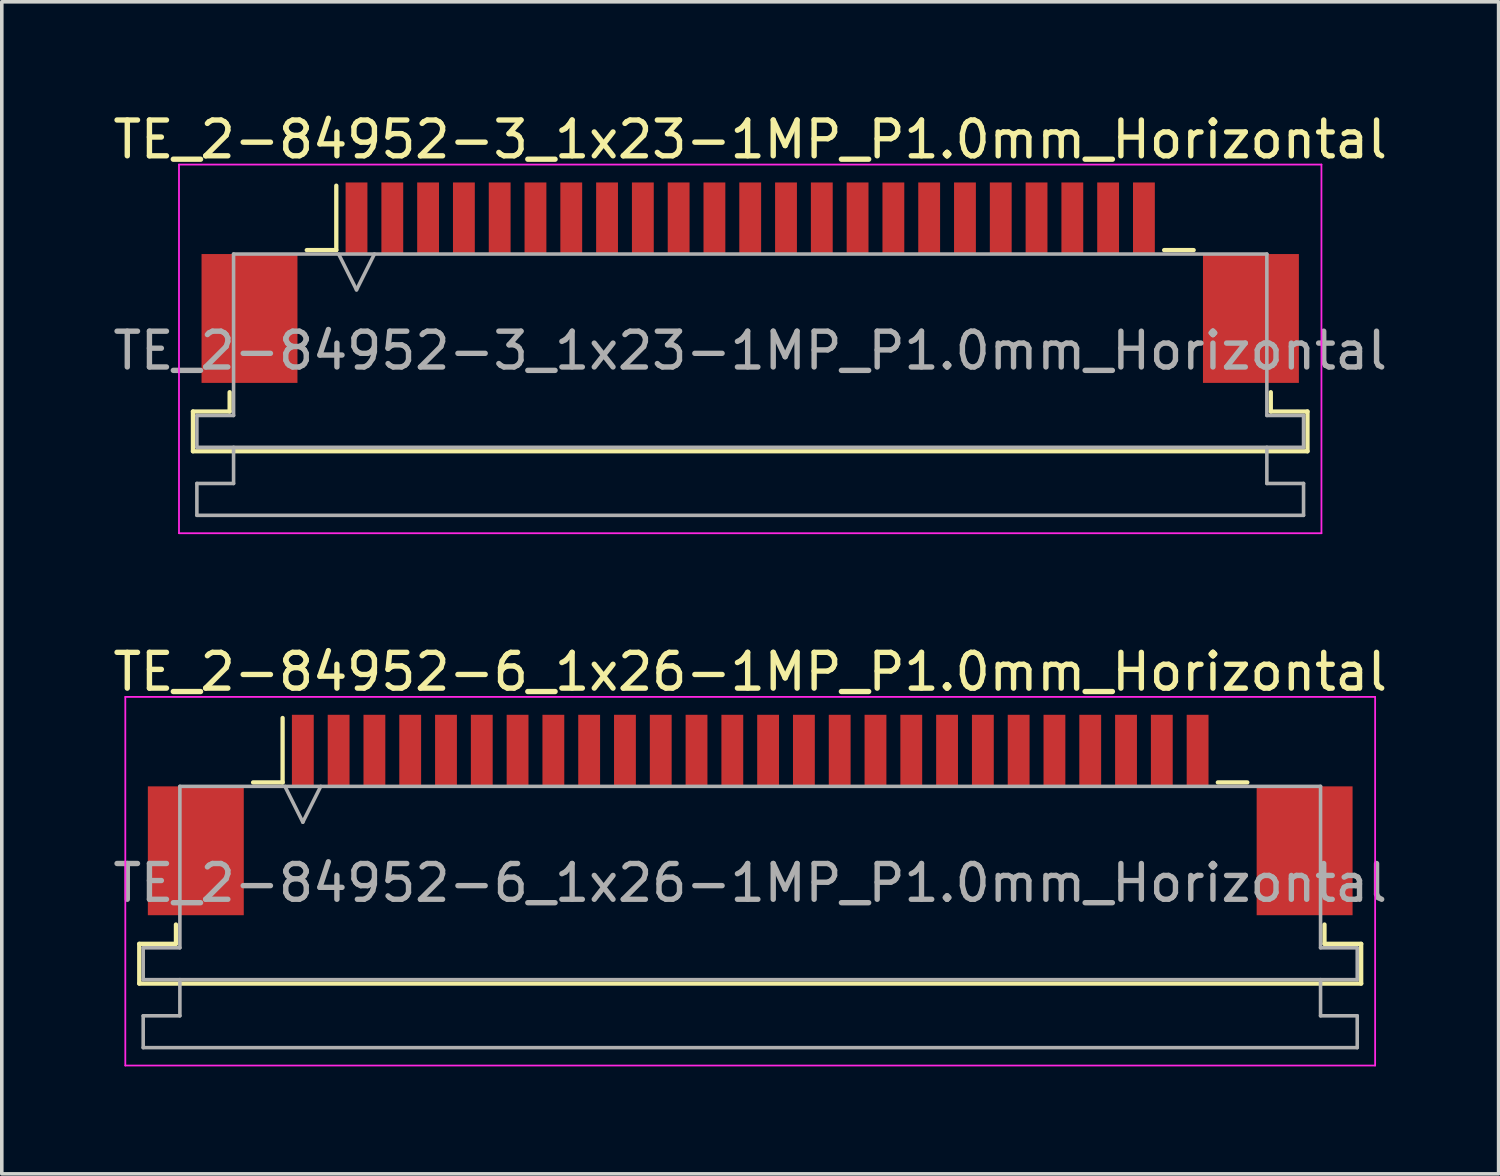
<source format=kicad_pcb>
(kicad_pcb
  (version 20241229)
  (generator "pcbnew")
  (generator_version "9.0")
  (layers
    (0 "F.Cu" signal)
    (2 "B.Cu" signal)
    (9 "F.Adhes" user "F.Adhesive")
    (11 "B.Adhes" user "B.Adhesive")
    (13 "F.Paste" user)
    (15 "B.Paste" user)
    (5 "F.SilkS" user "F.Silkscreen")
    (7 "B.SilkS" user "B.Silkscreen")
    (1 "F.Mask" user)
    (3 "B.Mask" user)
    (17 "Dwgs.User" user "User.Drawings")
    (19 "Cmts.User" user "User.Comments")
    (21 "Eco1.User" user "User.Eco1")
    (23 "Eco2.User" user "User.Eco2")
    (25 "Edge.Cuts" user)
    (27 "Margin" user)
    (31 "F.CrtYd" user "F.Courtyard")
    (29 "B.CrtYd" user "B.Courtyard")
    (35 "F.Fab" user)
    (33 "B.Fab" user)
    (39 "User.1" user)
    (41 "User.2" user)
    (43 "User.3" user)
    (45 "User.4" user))
  (footprint "TE_2-84952-6_1x26-1MP_P1.0mm_Horizontal"
    (layer "F.Cu")
    (at 17.911 19.721)
    (property "Reference" "TE_2-84952-6_1x26-1MP_P1.0mm_Horizontal" (at 0 -4 0) (layer "F.SilkS") (effects (font (size 1 1) (thickness 0.15))))
    (attr smd)
    (fp_line (start -17.07 3.6) (end -16.045 3.6) (stroke (width 0.12) (type solid)) (layer "F.SilkS"))
    (fp_line (start -17.07 4.71) (end -17.07 3.6) (stroke (width 0.12) (type solid)) (layer "F.SilkS"))
    (fp_line (start -16.045 3.6) (end -16.045 3.06) (stroke (width 0.12) (type solid)) (layer "F.SilkS"))
    (fp_line (start -13.89 -0.91) (end -13.065 -0.91) (stroke (width 0.12) (type solid)) (layer "F.SilkS"))
    (fp_line (start -13.065 -0.91) (end -13.065 -2.71) (stroke (width 0.12) (type solid)) (layer "F.SilkS"))
    (fp_line (start 13.065 -0.91) (end 13.89 -0.91) (stroke (width 0.12) (type solid)) (layer "F.SilkS"))
    (fp_line (start 16.045 3.06) (end 16.045 3.6) (stroke (width 0.12) (type solid)) (layer "F.SilkS"))
    (fp_line (start 16.045 3.6) (end 17.07 3.6) (stroke (width 0.12) (type solid)) (layer "F.SilkS"))
    (fp_line (start 17.07 3.6) (end 17.07 4.71) (stroke (width 0.12) (type solid)) (layer "F.SilkS"))
    (fp_line (start 17.07 4.71) (end -17.07 4.71) (stroke (width 0.12) (type solid)) (layer "F.SilkS"))
    (fp_line (start -17.46 -3.3) (end -17.46 7) (stroke (width 0.05) (type solid)) (layer "F.CrtYd"))
    (fp_line (start -17.46 7) (end 17.46 7) (stroke (width 0.05) (type solid)) (layer "F.CrtYd"))
    (fp_line (start 17.46 -3.3) (end -17.46 -3.3) (stroke (width 0.05) (type solid)) (layer "F.CrtYd"))
    (fp_line (start 17.46 7) (end 17.46 -3.3) (stroke (width 0.05) (type solid)) (layer "F.CrtYd"))
    (fp_line (start -16.96 3.71) (end -15.935 3.71) (stroke (width 0.1) (type solid)) (layer "F.Fab"))
    (fp_line (start -16.96 4.6) (end -16.96 3.71) (stroke (width 0.1) (type solid)) (layer "F.Fab"))
    (fp_line (start -16.96 5.61) (end -15.935 5.61) (stroke (width 0.1) (type solid)) (layer "F.Fab"))
    (fp_line (start -16.96 6.5) (end -16.96 5.61) (stroke (width 0.1) (type solid)) (layer "F.Fab"))
    (fp_line (start -15.935 -0.8) (end 15.935 -0.8) (stroke (width 0.1) (type solid)) (layer "F.Fab"))
    (fp_line (start -15.935 3.71) (end -15.935 -0.8) (stroke (width 0.1) (type solid)) (layer "F.Fab"))
    (fp_line (start -15.935 5.61) (end -15.935 4.6) (stroke (width 0.1) (type solid)) (layer "F.Fab"))
    (fp_line (start -13 -0.8) (end -12.5 0.2) (stroke (width 0.1) (type solid)) (layer "F.Fab"))
    (fp_line (start -12.5 0.2) (end -12 -0.8) (stroke (width 0.1) (type solid)) (layer "F.Fab"))
    (fp_line (start 15.935 -0.8) (end 15.935 3.71) (stroke (width 0.1) (type solid)) (layer "F.Fab"))
    (fp_line (start 15.935 3.71) (end 16.96 3.71) (stroke (width 0.1) (type solid)) (layer "F.Fab"))
    (fp_line (start 15.935 4.6) (end 15.935 5.61) (stroke (width 0.1) (type solid)) (layer "F.Fab"))
    (fp_line (start 15.935 5.61) (end 16.96 5.61) (stroke (width 0.1) (type solid)) (layer "F.Fab"))
    (fp_line (start 16.96 3.71) (end 16.96 4.6) (stroke (width 0.1) (type solid)) (layer "F.Fab"))
    (fp_line (start 16.96 4.6) (end -16.96 4.6) (stroke (width 0.1) (type solid)) (layer "F.Fab"))
    (fp_line (start 16.96 5.61) (end 16.96 6.5) (stroke (width 0.1) (type solid)) (layer "F.Fab"))
    (fp_line (start 16.96 6.5) (end -16.96 6.5) (stroke (width 0.1) (type solid)) (layer "F.Fab"))
    (fp_text user "${REFERENCE}" (at 0 1.9 0) (layer "F.Fab") (effects (font (size 1 1) (thickness 0.15))))
    (pad "1" smd rect (at -12.5 -1.8) (size 0.61 2) (layers "F.Cu" "F.Mask" "F.Paste"))
    (pad "2" smd rect (at -11.5 -1.8) (size 0.61 2) (layers "F.Cu" "F.Mask" "F.Paste"))
    (pad "3" smd rect (at -10.5 -1.8) (size 0.61 2) (layers "F.Cu" "F.Mask" "F.Paste"))
    (pad "4" smd rect (at -9.5 -1.8) (size 0.61 2) (layers "F.Cu" "F.Mask" "F.Paste"))
    (pad "5" smd rect (at -8.5 -1.8) (size 0.61 2) (layers "F.Cu" "F.Mask" "F.Paste"))
    (pad "6" smd rect (at -7.5 -1.8) (size 0.61 2) (layers "F.Cu" "F.Mask" "F.Paste"))
    (pad "7" smd rect (at -6.5 -1.8) (size 0.61 2) (layers "F.Cu" "F.Mask" "F.Paste"))
    (pad "8" smd rect (at -5.5 -1.8) (size 0.61 2) (layers "F.Cu" "F.Mask" "F.Paste"))
    (pad "9" smd rect (at -4.5 -1.8) (size 0.61 2) (layers "F.Cu" "F.Mask" "F.Paste"))
    (pad "10" smd rect (at -3.5 -1.8) (size 0.61 2) (layers "F.Cu" "F.Mask" "F.Paste"))
    (pad "11" smd rect (at -2.5 -1.8) (size 0.61 2) (layers "F.Cu" "F.Mask" "F.Paste"))
    (pad "12" smd rect (at -1.5 -1.8) (size 0.61 2) (layers "F.Cu" "F.Mask" "F.Paste"))
    (pad "13" smd rect (at -0.5 -1.8) (size 0.61 2) (layers "F.Cu" "F.Mask" "F.Paste"))
    (pad "14" smd rect (at 0.5 -1.8) (size 0.61 2) (layers "F.Cu" "F.Mask" "F.Paste"))
    (pad "15" smd rect (at 1.5 -1.8) (size 0.61 2) (layers "F.Cu" "F.Mask" "F.Paste"))
    (pad "16" smd rect (at 2.5 -1.8) (size 0.61 2) (layers "F.Cu" "F.Mask" "F.Paste"))
    (pad "17" smd rect (at 3.5 -1.8) (size 0.61 2) (layers "F.Cu" "F.Mask" "F.Paste"))
    (pad "18" smd rect (at 4.5 -1.8) (size 0.61 2) (layers "F.Cu" "F.Mask" "F.Paste"))
    (pad "19" smd rect (at 5.5 -1.8) (size 0.61 2) (layers "F.Cu" "F.Mask" "F.Paste"))
    (pad "20" smd rect (at 6.5 -1.8) (size 0.61 2) (layers "F.Cu" "F.Mask" "F.Paste"))
    (pad "21" smd rect (at 7.5 -1.8) (size 0.61 2) (layers "F.Cu" "F.Mask" "F.Paste"))
    (pad "22" smd rect (at 8.5 -1.8) (size 0.61 2) (layers "F.Cu" "F.Mask" "F.Paste"))
    (pad "23" smd rect (at 9.5 -1.8) (size 0.61 2) (layers "F.Cu" "F.Mask" "F.Paste"))
    (pad "24" smd rect (at 10.5 -1.8) (size 0.61 2) (layers "F.Cu" "F.Mask" "F.Paste"))
    (pad "25" smd rect (at 11.5 -1.8) (size 0.61 2) (layers "F.Cu" "F.Mask" "F.Paste"))
    (pad "26" smd rect (at 12.5 -1.8) (size 0.61 2) (layers "F.Cu" "F.Mask" "F.Paste"))
    (pad "MP" smd rect (at -15.49 1) (size 2.68 3.6) (layers "F.Cu" "F.Mask" "F.Paste"))
    (pad "MP" smd rect (at 15.49 1) (size 2.68 3.6) (layers "F.Cu" "F.Mask" "F.Paste")))
  (footprint "TE_2-84952-3_1x23-1MP_P1.0mm_Horizontal"
    (layer "F.Cu")
    (at 17.911 4.848)
    (property "Reference" "TE_2-84952-3_1x23-1MP_P1.0mm_Horizontal" (at 0 -4 0) (layer "F.SilkS") (effects (font (size 1 1) (thickness 0.15))))
    (attr smd)
    (fp_line (start -15.57 3.6) (end -14.545 3.6) (stroke (width 0.12) (type solid)) (layer "F.SilkS"))
    (fp_line (start -15.57 4.71) (end -15.57 3.6) (stroke (width 0.12) (type solid)) (layer "F.SilkS"))
    (fp_line (start -14.545 3.6) (end -14.545 3.06) (stroke (width 0.12) (type solid)) (layer "F.SilkS"))
    (fp_line (start -12.39 -0.91) (end -11.565 -0.91) (stroke (width 0.12) (type solid)) (layer "F.SilkS"))
    (fp_line (start -11.565 -0.91) (end -11.565 -2.71) (stroke (width 0.12) (type solid)) (layer "F.SilkS"))
    (fp_line (start 11.565 -0.91) (end 12.39 -0.91) (stroke (width 0.12) (type solid)) (layer "F.SilkS"))
    (fp_line (start 14.545 3.06) (end 14.545 3.6) (stroke (width 0.12) (type solid)) (layer "F.SilkS"))
    (fp_line (start 14.545 3.6) (end 15.57 3.6) (stroke (width 0.12) (type solid)) (layer "F.SilkS"))
    (fp_line (start 15.57 3.6) (end 15.57 4.71) (stroke (width 0.12) (type solid)) (layer "F.SilkS"))
    (fp_line (start 15.57 4.71) (end -15.57 4.71) (stroke (width 0.12) (type solid)) (layer "F.SilkS"))
    (fp_line (start -15.96 -3.3) (end -15.96 7) (stroke (width 0.05) (type solid)) (layer "F.CrtYd"))
    (fp_line (start -15.96 7) (end 15.96 7) (stroke (width 0.05) (type solid)) (layer "F.CrtYd"))
    (fp_line (start 15.96 -3.3) (end -15.96 -3.3) (stroke (width 0.05) (type solid)) (layer "F.CrtYd"))
    (fp_line (start 15.96 7) (end 15.96 -3.3) (stroke (width 0.05) (type solid)) (layer "F.CrtYd"))
    (fp_line (start -15.46 3.71) (end -14.435 3.71) (stroke (width 0.1) (type solid)) (layer "F.Fab"))
    (fp_line (start -15.46 4.6) (end -15.46 3.71) (stroke (width 0.1) (type solid)) (layer "F.Fab"))
    (fp_line (start -15.46 5.61) (end -14.435 5.61) (stroke (width 0.1) (type solid)) (layer "F.Fab"))
    (fp_line (start -15.46 6.5) (end -15.46 5.61) (stroke (width 0.1) (type solid)) (layer "F.Fab"))
    (fp_line (start -14.435 -0.8) (end 14.435 -0.8) (stroke (width 0.1) (type solid)) (layer "F.Fab"))
    (fp_line (start -14.435 3.71) (end -14.435 -0.8) (stroke (width 0.1) (type solid)) (layer "F.Fab"))
    (fp_line (start -14.435 5.61) (end -14.435 4.6) (stroke (width 0.1) (type solid)) (layer "F.Fab"))
    (fp_line (start -11.5 -0.8) (end -11 0.2) (stroke (width 0.1) (type solid)) (layer "F.Fab"))
    (fp_line (start -11 0.2) (end -10.5 -0.8) (stroke (width 0.1) (type solid)) (layer "F.Fab"))
    (fp_line (start 14.435 -0.8) (end 14.435 3.71) (stroke (width 0.1) (type solid)) (layer "F.Fab"))
    (fp_line (start 14.435 3.71) (end 15.46 3.71) (stroke (width 0.1) (type solid)) (layer "F.Fab"))
    (fp_line (start 14.435 4.6) (end 14.435 5.61) (stroke (width 0.1) (type solid)) (layer "F.Fab"))
    (fp_line (start 14.435 5.61) (end 15.46 5.61) (stroke (width 0.1) (type solid)) (layer "F.Fab"))
    (fp_line (start 15.46 3.71) (end 15.46 4.6) (stroke (width 0.1) (type solid)) (layer "F.Fab"))
    (fp_line (start 15.46 4.6) (end -15.46 4.6) (stroke (width 0.1) (type solid)) (layer "F.Fab"))
    (fp_line (start 15.46 5.61) (end 15.46 6.5) (stroke (width 0.1) (type solid)) (layer "F.Fab"))
    (fp_line (start 15.46 6.5) (end -15.46 6.5) (stroke (width 0.1) (type solid)) (layer "F.Fab"))
    (fp_text user "${REFERENCE}" (at 0 1.9 0) (layer "F.Fab") (effects (font (size 1 1) (thickness 0.15))))
    (pad "1" smd rect (at -11 -1.8) (size 0.61 2) (layers "F.Cu" "F.Mask" "F.Paste"))
    (pad "2" smd rect (at -10 -1.8) (size 0.61 2) (layers "F.Cu" "F.Mask" "F.Paste"))
    (pad "3" smd rect (at -9 -1.8) (size 0.61 2) (layers "F.Cu" "F.Mask" "F.Paste"))
    (pad "4" smd rect (at -8 -1.8) (size 0.61 2) (layers "F.Cu" "F.Mask" "F.Paste"))
    (pad "5" smd rect (at -7 -1.8) (size 0.61 2) (layers "F.Cu" "F.Mask" "F.Paste"))
    (pad "6" smd rect (at -6 -1.8) (size 0.61 2) (layers "F.Cu" "F.Mask" "F.Paste"))
    (pad "7" smd rect (at -5 -1.8) (size 0.61 2) (layers "F.Cu" "F.Mask" "F.Paste"))
    (pad "8" smd rect (at -4 -1.8) (size 0.61 2) (layers "F.Cu" "F.Mask" "F.Paste"))
    (pad "9" smd rect (at -3 -1.8) (size 0.61 2) (layers "F.Cu" "F.Mask" "F.Paste"))
    (pad "10" smd rect (at -2 -1.8) (size 0.61 2) (layers "F.Cu" "F.Mask" "F.Paste"))
    (pad "11" smd rect (at -1 -1.8) (size 0.61 2) (layers "F.Cu" "F.Mask" "F.Paste"))
    (pad "12" smd rect (at 0 -1.8) (size 0.61 2) (layers "F.Cu" "F.Mask" "F.Paste"))
    (pad "13" smd rect (at 1 -1.8) (size 0.61 2) (layers "F.Cu" "F.Mask" "F.Paste"))
    (pad "14" smd rect (at 2 -1.8) (size 0.61 2) (layers "F.Cu" "F.Mask" "F.Paste"))
    (pad "15" smd rect (at 3 -1.8) (size 0.61 2) (layers "F.Cu" "F.Mask" "F.Paste"))
    (pad "16" smd rect (at 4 -1.8) (size 0.61 2) (layers "F.Cu" "F.Mask" "F.Paste"))
    (pad "17" smd rect (at 5 -1.8) (size 0.61 2) (layers "F.Cu" "F.Mask" "F.Paste"))
    (pad "18" smd rect (at 6 -1.8) (size 0.61 2) (layers "F.Cu" "F.Mask" "F.Paste"))
    (pad "19" smd rect (at 7 -1.8) (size 0.61 2) (layers "F.Cu" "F.Mask" "F.Paste"))
    (pad "20" smd rect (at 8 -1.8) (size 0.61 2) (layers "F.Cu" "F.Mask" "F.Paste"))
    (pad "21" smd rect (at 9 -1.8) (size 0.61 2) (layers "F.Cu" "F.Mask" "F.Paste"))
    (pad "22" smd rect (at 10 -1.8) (size 0.61 2) (layers "F.Cu" "F.Mask" "F.Paste"))
    (pad "23" smd rect (at 11 -1.8) (size 0.61 2) (layers "F.Cu" "F.Mask" "F.Paste"))
    (pad "MP" smd rect (at -13.99 1) (size 2.68 3.6) (layers "F.Cu" "F.Mask" "F.Paste"))
    (pad "MP" smd rect (at 13.99 1) (size 2.68 3.6) (layers "F.Cu" "F.Mask" "F.Paste")))
  (gr_rect
    (start -3 -3)
    (end 38.821 29.747)
    (stroke (width 0.1) (type default))
    (fill no)
    (layer "Edge.Cuts")))
</source>
